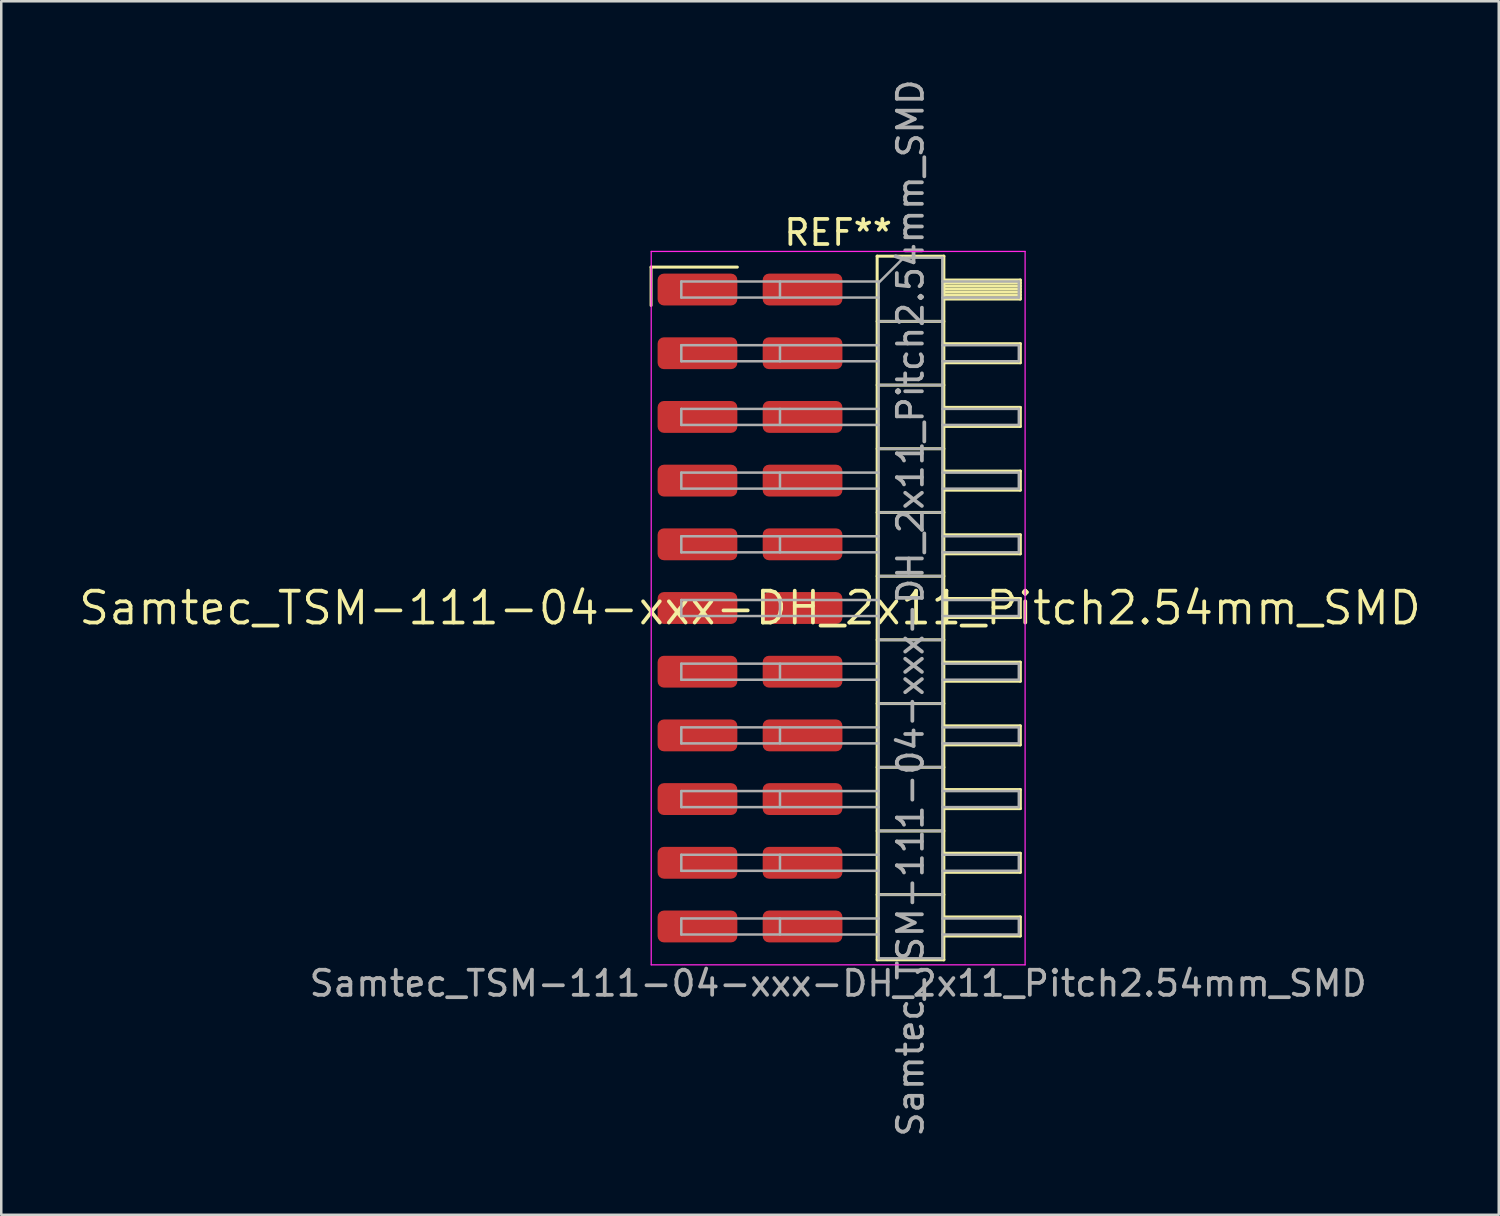
<source format=kicad_pcb>
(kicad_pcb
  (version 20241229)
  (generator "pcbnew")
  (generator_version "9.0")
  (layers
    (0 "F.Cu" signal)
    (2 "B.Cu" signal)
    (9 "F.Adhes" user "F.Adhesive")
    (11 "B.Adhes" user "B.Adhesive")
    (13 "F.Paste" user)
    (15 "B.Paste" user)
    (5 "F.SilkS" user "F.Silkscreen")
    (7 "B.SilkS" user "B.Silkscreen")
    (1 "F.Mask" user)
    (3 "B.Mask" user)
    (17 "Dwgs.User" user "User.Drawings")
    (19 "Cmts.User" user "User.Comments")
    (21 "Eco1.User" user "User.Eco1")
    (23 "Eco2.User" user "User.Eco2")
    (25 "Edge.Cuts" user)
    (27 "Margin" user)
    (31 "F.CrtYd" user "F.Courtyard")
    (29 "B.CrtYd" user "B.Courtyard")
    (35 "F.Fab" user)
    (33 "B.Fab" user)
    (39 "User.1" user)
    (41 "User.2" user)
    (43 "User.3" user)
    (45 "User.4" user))
  (footprint "Samtec_TSM-111-04-xxx-DH_2x11_Pitch2.54mm_SMD"
    (layer "F.Cu")
    (at 26.859 21.196)
    (property "Reference" "Samtec_TSM-111-04-xxx-DH_2x11_Pitch2.54mm_SMD" (at 0 0 0) (layer "F.SilkS") (effects (font (size 1.27 1.27) (thickness 0.15))))
    (attr smd)
    (fp_line (start -3.945 -13.595) (end -0.505 -13.595) (stroke (width 0.12) (type solid)) (layer "F.SilkS"))
    (fp_line (start -3.945 -12.065) (end -3.945 -13.595) (stroke (width 0.12) (type solid)) (layer "F.SilkS"))
    (fp_line (start 5.07 -14.03) (end 7.73 -14.03) (stroke (width 0.12) (type solid)) (layer "F.SilkS"))
    (fp_line (start 5.07 -11.43) (end 7.73 -11.43) (stroke (width 0.12) (type solid)) (layer "F.SilkS"))
    (fp_line (start 5.07 -8.89) (end 7.73 -8.89) (stroke (width 0.12) (type solid)) (layer "F.SilkS"))
    (fp_line (start 5.07 -6.35) (end 7.73 -6.35) (stroke (width 0.12) (type solid)) (layer "F.SilkS"))
    (fp_line (start 5.07 -3.81) (end 7.73 -3.81) (stroke (width 0.12) (type solid)) (layer "F.SilkS"))
    (fp_line (start 5.07 -1.27) (end 7.73 -1.27) (stroke (width 0.12) (type solid)) (layer "F.SilkS"))
    (fp_line (start 5.07 1.27) (end 7.73 1.27) (stroke (width 0.12) (type solid)) (layer "F.SilkS"))
    (fp_line (start 5.07 3.81) (end 7.73 3.81) (stroke (width 0.12) (type solid)) (layer "F.SilkS"))
    (fp_line (start 5.07 6.35) (end 7.73 6.35) (stroke (width 0.12) (type solid)) (layer "F.SilkS"))
    (fp_line (start 5.07 8.89) (end 7.73 8.89) (stroke (width 0.12) (type solid)) (layer "F.SilkS"))
    (fp_line (start 5.07 11.43) (end 7.73 11.43) (stroke (width 0.12) (type solid)) (layer "F.SilkS"))
    (fp_line (start 5.07 14.03) (end 5.07 -14.03) (stroke (width 0.12) (type solid)) (layer "F.SilkS"))
    (fp_line (start 7.73 -14.03) (end 7.73 14.03) (stroke (width 0.12) (type solid)) (layer "F.SilkS"))
    (fp_line (start 7.73 -13.08) (end 10.78 -13.08) (stroke (width 0.12) (type solid)) (layer "F.SilkS"))
    (fp_line (start 7.73 -12.96) (end 10.78 -12.96) (stroke (width 0.12) (type solid)) (layer "F.SilkS"))
    (fp_line (start 7.73 -12.84) (end 10.78 -12.84) (stroke (width 0.12) (type solid)) (layer "F.SilkS"))
    (fp_line (start 7.73 -12.72) (end 10.78 -12.72) (stroke (width 0.12) (type solid)) (layer "F.SilkS"))
    (fp_line (start 7.73 -12.6) (end 10.78 -12.6) (stroke (width 0.12) (type solid)) (layer "F.SilkS"))
    (fp_line (start 7.73 -12.48) (end 10.78 -12.48) (stroke (width 0.12) (type solid)) (layer "F.SilkS"))
    (fp_line (start 7.73 -12.36) (end 10.78 -12.36) (stroke (width 0.12) (type solid)) (layer "F.SilkS"))
    (fp_line (start 7.73 -12.32) (end 10.78 -12.32) (stroke (width 0.12) (type solid)) (layer "F.SilkS"))
    (fp_line (start 7.73 -10.54) (end 10.78 -10.54) (stroke (width 0.12) (type solid)) (layer "F.SilkS"))
    (fp_line (start 7.73 -9.78) (end 10.78 -9.78) (stroke (width 0.12) (type solid)) (layer "F.SilkS"))
    (fp_line (start 7.73 -8) (end 10.78 -8) (stroke (width 0.12) (type solid)) (layer "F.SilkS"))
    (fp_line (start 7.73 -7.24) (end 10.78 -7.24) (stroke (width 0.12) (type solid)) (layer "F.SilkS"))
    (fp_line (start 7.73 -5.46) (end 10.78 -5.46) (stroke (width 0.12) (type solid)) (layer "F.SilkS"))
    (fp_line (start 7.73 -4.7) (end 10.78 -4.7) (stroke (width 0.12) (type solid)) (layer "F.SilkS"))
    (fp_line (start 7.73 -2.92) (end 10.78 -2.92) (stroke (width 0.12) (type solid)) (layer "F.SilkS"))
    (fp_line (start 7.73 -2.16) (end 10.78 -2.16) (stroke (width 0.12) (type solid)) (layer "F.SilkS"))
    (fp_line (start 7.73 -0.38) (end 10.78 -0.38) (stroke (width 0.12) (type solid)) (layer "F.SilkS"))
    (fp_line (start 7.73 0.38) (end 10.78 0.38) (stroke (width 0.12) (type solid)) (layer "F.SilkS"))
    (fp_line (start 7.73 2.16) (end 10.78 2.16) (stroke (width 0.12) (type solid)) (layer "F.SilkS"))
    (fp_line (start 7.73 2.92) (end 10.78 2.92) (stroke (width 0.12) (type solid)) (layer "F.SilkS"))
    (fp_line (start 7.73 4.7) (end 10.78 4.7) (stroke (width 0.12) (type solid)) (layer "F.SilkS"))
    (fp_line (start 7.73 5.46) (end 10.78 5.46) (stroke (width 0.12) (type solid)) (layer "F.SilkS"))
    (fp_line (start 7.73 7.24) (end 10.78 7.24) (stroke (width 0.12) (type solid)) (layer "F.SilkS"))
    (fp_line (start 7.73 8) (end 10.78 8) (stroke (width 0.12) (type solid)) (layer "F.SilkS"))
    (fp_line (start 7.73 9.78) (end 10.78 9.78) (stroke (width 0.12) (type solid)) (layer "F.SilkS"))
    (fp_line (start 7.73 10.54) (end 10.78 10.54) (stroke (width 0.12) (type solid)) (layer "F.SilkS"))
    (fp_line (start 7.73 12.32) (end 10.78 12.32) (stroke (width 0.12) (type solid)) (layer "F.SilkS"))
    (fp_line (start 7.73 13.08) (end 10.78 13.08) (stroke (width 0.12) (type solid)) (layer "F.SilkS"))
    (fp_line (start 7.73 14.03) (end 5.07 14.03) (stroke (width 0.12) (type solid)) (layer "F.SilkS"))
    (fp_line (start 10.78 -13.08) (end 10.78 -12.32) (stroke (width 0.12) (type solid)) (layer "F.SilkS"))
    (fp_line (start 10.78 -10.54) (end 10.78 -9.78) (stroke (width 0.12) (type solid)) (layer "F.SilkS"))
    (fp_line (start 10.78 -8) (end 10.78 -7.24) (stroke (width 0.12) (type solid)) (layer "F.SilkS"))
    (fp_line (start 10.78 -5.46) (end 10.78 -4.7) (stroke (width 0.12) (type solid)) (layer "F.SilkS"))
    (fp_line (start 10.78 -2.92) (end 10.78 -2.16) (stroke (width 0.12) (type solid)) (layer "F.SilkS"))
    (fp_line (start 10.78 -0.38) (end 10.78 0.38) (stroke (width 0.12) (type solid)) (layer "F.SilkS"))
    (fp_line (start 10.78 2.16) (end 10.78 2.92) (stroke (width 0.12) (type solid)) (layer "F.SilkS"))
    (fp_line (start 10.78 4.7) (end 10.78 5.46) (stroke (width 0.12) (type solid)) (layer "F.SilkS"))
    (fp_line (start 10.78 7.24) (end 10.78 8) (stroke (width 0.12) (type solid)) (layer "F.SilkS"))
    (fp_line (start 10.78 9.78) (end 10.78 10.54) (stroke (width 0.12) (type solid)) (layer "F.SilkS"))
    (fp_line (start 10.78 12.32) (end 10.78 13.08) (stroke (width 0.12) (type solid)) (layer "F.SilkS"))
    (fp_line (start -3.94 -14.22) (end 10.97 -14.22) (stroke (width 0.05) (type solid)) (layer "F.CrtYd"))
    (fp_line (start -3.94 14.23) (end -3.94 -14.22) (stroke (width 0.05) (type solid)) (layer "F.CrtYd"))
    (fp_line (start 10.97 -14.22) (end 10.97 14.23) (stroke (width 0.05) (type solid)) (layer "F.CrtYd"))
    (fp_line (start 10.97 14.23) (end -3.94 14.23) (stroke (width 0.05) (type solid)) (layer "F.CrtYd"))
    (fp_line (start -2.74 -13.02) (end -2.74 -12.38) (stroke (width 0.1) (type solid)) (layer "F.Fab"))
    (fp_line (start -2.74 -13.02) (end 5.13 -13.02) (stroke (width 0.1) (type solid)) (layer "F.Fab"))
    (fp_line (start -2.74 -12.38) (end 5.13 -12.38) (stroke (width 0.1) (type solid)) (layer "F.Fab"))
    (fp_line (start -2.74 -10.48) (end -2.74 -9.84) (stroke (width 0.1) (type solid)) (layer "F.Fab"))
    (fp_line (start -2.74 -10.48) (end 5.13 -10.48) (stroke (width 0.1) (type solid)) (layer "F.Fab"))
    (fp_line (start -2.74 -9.84) (end 5.13 -9.84) (stroke (width 0.1) (type solid)) (layer "F.Fab"))
    (fp_line (start -2.74 -7.94) (end -2.74 -7.3) (stroke (width 0.1) (type solid)) (layer "F.Fab"))
    (fp_line (start -2.74 -7.94) (end 5.13 -7.94) (stroke (width 0.1) (type solid)) (layer "F.Fab"))
    (fp_line (start -2.74 -7.3) (end 5.13 -7.3) (stroke (width 0.1) (type solid)) (layer "F.Fab"))
    (fp_line (start -2.74 -5.4) (end -2.74 -4.76) (stroke (width 0.1) (type solid)) (layer "F.Fab"))
    (fp_line (start -2.74 -5.4) (end 5.13 -5.4) (stroke (width 0.1) (type solid)) (layer "F.Fab"))
    (fp_line (start -2.74 -4.76) (end 5.13 -4.76) (stroke (width 0.1) (type solid)) (layer "F.Fab"))
    (fp_line (start -2.74 -2.86) (end -2.74 -2.22) (stroke (width 0.1) (type solid)) (layer "F.Fab"))
    (fp_line (start -2.74 -2.86) (end 5.13 -2.86) (stroke (width 0.1) (type solid)) (layer "F.Fab"))
    (fp_line (start -2.74 -2.22) (end 5.13 -2.22) (stroke (width 0.1) (type solid)) (layer "F.Fab"))
    (fp_line (start -2.74 -0.32) (end -2.74 0.32) (stroke (width 0.1) (type solid)) (layer "F.Fab"))
    (fp_line (start -2.74 -0.32) (end 5.13 -0.32) (stroke (width 0.1) (type solid)) (layer "F.Fab"))
    (fp_line (start -2.74 0.32) (end 5.13 0.32) (stroke (width 0.1) (type solid)) (layer "F.Fab"))
    (fp_line (start -2.74 2.22) (end -2.74 2.86) (stroke (width 0.1) (type solid)) (layer "F.Fab"))
    (fp_line (start -2.74 2.22) (end 5.13 2.22) (stroke (width 0.1) (type solid)) (layer "F.Fab"))
    (fp_line (start -2.74 2.86) (end 5.13 2.86) (stroke (width 0.1) (type solid)) (layer "F.Fab"))
    (fp_line (start -2.74 4.76) (end -2.74 5.4) (stroke (width 0.1) (type solid)) (layer "F.Fab"))
    (fp_line (start -2.74 4.76) (end 5.13 4.76) (stroke (width 0.1) (type solid)) (layer "F.Fab"))
    (fp_line (start -2.74 5.4) (end 5.13 5.4) (stroke (width 0.1) (type solid)) (layer "F.Fab"))
    (fp_line (start -2.74 7.3) (end -2.74 7.94) (stroke (width 0.1) (type solid)) (layer "F.Fab"))
    (fp_line (start -2.74 7.3) (end 5.13 7.3) (stroke (width 0.1) (type solid)) (layer "F.Fab"))
    (fp_line (start -2.74 7.94) (end 5.13 7.94) (stroke (width 0.1) (type solid)) (layer "F.Fab"))
    (fp_line (start -2.74 9.84) (end -2.74 10.48) (stroke (width 0.1) (type solid)) (layer "F.Fab"))
    (fp_line (start -2.74 9.84) (end 5.13 9.84) (stroke (width 0.1) (type solid)) (layer "F.Fab"))
    (fp_line (start -2.74 10.48) (end 5.13 10.48) (stroke (width 0.1) (type solid)) (layer "F.Fab"))
    (fp_line (start -2.74 12.38) (end -2.74 13.02) (stroke (width 0.1) (type solid)) (layer "F.Fab"))
    (fp_line (start -2.74 12.38) (end 5.13 12.38) (stroke (width 0.1) (type solid)) (layer "F.Fab"))
    (fp_line (start -2.74 13.02) (end 5.13 13.02) (stroke (width 0.1) (type solid)) (layer "F.Fab"))
    (fp_line (start 1.195 -13.02) (end 1.195 -12.38) (stroke (width 0.1) (type solid)) (layer "F.Fab"))
    (fp_line (start 1.195 -10.48) (end 1.195 -9.84) (stroke (width 0.1) (type solid)) (layer "F.Fab"))
    (fp_line (start 1.195 -7.94) (end 1.195 -7.3) (stroke (width 0.1) (type solid)) (layer "F.Fab"))
    (fp_line (start 1.195 -5.4) (end 1.195 -4.76) (stroke (width 0.1) (type solid)) (layer "F.Fab"))
    (fp_line (start 1.195 -2.86) (end 1.195 -2.22) (stroke (width 0.1) (type solid)) (layer "F.Fab"))
    (fp_line (start 1.195 -0.32) (end 1.195 0.32) (stroke (width 0.1) (type solid)) (layer "F.Fab"))
    (fp_line (start 1.195 2.22) (end 1.195 2.86) (stroke (width 0.1) (type solid)) (layer "F.Fab"))
    (fp_line (start 1.195 4.76) (end 1.195 5.4) (stroke (width 0.1) (type solid)) (layer "F.Fab"))
    (fp_line (start 1.195 7.3) (end 1.195 7.94) (stroke (width 0.1) (type solid)) (layer "F.Fab"))
    (fp_line (start 1.195 9.84) (end 1.195 10.48) (stroke (width 0.1) (type solid)) (layer "F.Fab"))
    (fp_line (start 1.195 12.38) (end 1.195 13.02) (stroke (width 0.1) (type solid)) (layer "F.Fab"))
    (fp_line (start 5.13 -12.97) (end 6.13 -13.97) (stroke (width 0.1) (type solid)) (layer "F.Fab"))
    (fp_line (start 5.13 -11.43) (end 7.67 -11.43) (stroke (width 0.1) (type solid)) (layer "F.Fab"))
    (fp_line (start 5.13 -8.89) (end 7.67 -8.89) (stroke (width 0.1) (type solid)) (layer "F.Fab"))
    (fp_line (start 5.13 -6.35) (end 7.67 -6.35) (stroke (width 0.1) (type solid)) (layer "F.Fab"))
    (fp_line (start 5.13 -3.81) (end 7.67 -3.81) (stroke (width 0.1) (type solid)) (layer "F.Fab"))
    (fp_line (start 5.13 -1.27) (end 7.67 -1.27) (stroke (width 0.1) (type solid)) (layer "F.Fab"))
    (fp_line (start 5.13 1.27) (end 7.67 1.27) (stroke (width 0.1) (type solid)) (layer "F.Fab"))
    (fp_line (start 5.13 3.81) (end 7.67 3.81) (stroke (width 0.1) (type solid)) (layer "F.Fab"))
    (fp_line (start 5.13 6.35) (end 7.67 6.35) (stroke (width 0.1) (type solid)) (layer "F.Fab"))
    (fp_line (start 5.13 8.89) (end 7.67 8.89) (stroke (width 0.1) (type solid)) (layer "F.Fab"))
    (fp_line (start 5.13 11.43) (end 7.67 11.43) (stroke (width 0.1) (type solid)) (layer "F.Fab"))
    (fp_line (start 5.13 13.97) (end 5.13 -12.97) (stroke (width 0.1) (type solid)) (layer "F.Fab"))
    (fp_line (start 6.13 -13.97) (end 7.67 -13.97) (stroke (width 0.1) (type solid)) (layer "F.Fab"))
    (fp_line (start 7.67 -13.97) (end 7.67 13.97) (stroke (width 0.1) (type solid)) (layer "F.Fab"))
    (fp_line (start 7.67 -13.02) (end 10.72 -13.02) (stroke (width 0.1) (type solid)) (layer "F.Fab"))
    (fp_line (start 7.67 -12.38) (end 10.72 -12.38) (stroke (width 0.1) (type solid)) (layer "F.Fab"))
    (fp_line (start 7.67 -10.48) (end 10.72 -10.48) (stroke (width 0.1) (type solid)) (layer "F.Fab"))
    (fp_line (start 7.67 -9.84) (end 10.72 -9.84) (stroke (width 0.1) (type solid)) (layer "F.Fab"))
    (fp_line (start 7.67 -7.94) (end 10.72 -7.94) (stroke (width 0.1) (type solid)) (layer "F.Fab"))
    (fp_line (start 7.67 -7.3) (end 10.72 -7.3) (stroke (width 0.1) (type solid)) (layer "F.Fab"))
    (fp_line (start 7.67 -5.4) (end 10.72 -5.4) (stroke (width 0.1) (type solid)) (layer "F.Fab"))
    (fp_line (start 7.67 -4.76) (end 10.72 -4.76) (stroke (width 0.1) (type solid)) (layer "F.Fab"))
    (fp_line (start 7.67 -2.86) (end 10.72 -2.86) (stroke (width 0.1) (type solid)) (layer "F.Fab"))
    (fp_line (start 7.67 -2.22) (end 10.72 -2.22) (stroke (width 0.1) (type solid)) (layer "F.Fab"))
    (fp_line (start 7.67 -0.32) (end 10.72 -0.32) (stroke (width 0.1) (type solid)) (layer "F.Fab"))
    (fp_line (start 7.67 0.32) (end 10.72 0.32) (stroke (width 0.1) (type solid)) (layer "F.Fab"))
    (fp_line (start 7.67 2.22) (end 10.72 2.22) (stroke (width 0.1) (type solid)) (layer "F.Fab"))
    (fp_line (start 7.67 2.86) (end 10.72 2.86) (stroke (width 0.1) (type solid)) (layer "F.Fab"))
    (fp_line (start 7.67 4.76) (end 10.72 4.76) (stroke (width 0.1) (type solid)) (layer "F.Fab"))
    (fp_line (start 7.67 5.4) (end 10.72 5.4) (stroke (width 0.1) (type solid)) (layer "F.Fab"))
    (fp_line (start 7.67 7.3) (end 10.72 7.3) (stroke (width 0.1) (type solid)) (layer "F.Fab"))
    (fp_line (start 7.67 7.94) (end 10.72 7.94) (stroke (width 0.1) (type solid)) (layer "F.Fab"))
    (fp_line (start 7.67 9.84) (end 10.72 9.84) (stroke (width 0.1) (type solid)) (layer "F.Fab"))
    (fp_line (start 7.67 10.48) (end 10.72 10.48) (stroke (width 0.1) (type solid)) (layer "F.Fab"))
    (fp_line (start 7.67 12.38) (end 10.72 12.38) (stroke (width 0.1) (type solid)) (layer "F.Fab"))
    (fp_line (start 7.67 13.02) (end 10.72 13.02) (stroke (width 0.1) (type solid)) (layer "F.Fab"))
    (fp_line (start 7.67 13.97) (end 5.13 13.97) (stroke (width 0.1) (type solid)) (layer "F.Fab"))
    (fp_line (start 10.72 -13.02) (end 10.72 -12.38) (stroke (width 0.1) (type solid)) (layer "F.Fab"))
    (fp_line (start 10.72 -10.48) (end 10.72 -9.84) (stroke (width 0.1) (type solid)) (layer "F.Fab"))
    (fp_line (start 10.72 -7.94) (end 10.72 -7.3) (stroke (width 0.1) (type solid)) (layer "F.Fab"))
    (fp_line (start 10.72 -5.4) (end 10.72 -4.76) (stroke (width 0.1) (type solid)) (layer "F.Fab"))
    (fp_line (start 10.72 -2.86) (end 10.72 -2.22) (stroke (width 0.1) (type solid)) (layer "F.Fab"))
    (fp_line (start 10.72 -0.32) (end 10.72 0.32) (stroke (width 0.1) (type solid)) (layer "F.Fab"))
    (fp_line (start 10.72 2.22) (end 10.72 2.86) (stroke (width 0.1) (type solid)) (layer "F.Fab"))
    (fp_line (start 10.72 4.76) (end 10.72 5.4) (stroke (width 0.1) (type solid)) (layer "F.Fab"))
    (fp_line (start 10.72 7.3) (end 10.72 7.94) (stroke (width 0.1) (type solid)) (layer "F.Fab"))
    (fp_line (start 10.72 9.84) (end 10.72 10.48) (stroke (width 0.1) (type solid)) (layer "F.Fab"))
    (fp_line (start 10.72 12.38) (end 10.72 13.02) (stroke (width 0.1) (type solid)) (layer "F.Fab"))
    (fp_text user "REF**" (at 3.515 -14.97 0) (layer "F.SilkS") (effects (font (size 1 1) (thickness 0.15))))
    (fp_text user "${REFERENCE}" (at 6.4 0 90) (layer "F.Fab") (effects (font (size 1 1) (thickness 0.15))))
    (fp_text user "Samtec_TSM-111-04-xxx-DH_2x11_Pitch2.54mm_SMD" (at 3.515 14.97 0) (layer "F.Fab") (effects (font (size 1 1) (thickness 0.15))))
    (pad "1" smd roundrect (at -2.095 -12.7) (size 3.18 1.27) (layers "F.Cu" "F.Mask" "F.Paste") (roundrect_rratio 0.197))
    (pad "2" smd roundrect (at 2.095 -12.7) (size 3.18 1.27) (layers "F.Cu" "F.Mask" "F.Paste") (roundrect_rratio 0.197))
    (pad "3" smd roundrect (at -2.095 -10.16) (size 3.18 1.27) (layers "F.Cu" "F.Mask" "F.Paste") (roundrect_rratio 0.197))
    (pad "4" smd roundrect (at 2.095 -10.16) (size 3.18 1.27) (layers "F.Cu" "F.Mask" "F.Paste") (roundrect_rratio 0.197))
    (pad "5" smd roundrect (at -2.095 -7.62) (size 3.18 1.27) (layers "F.Cu" "F.Mask" "F.Paste") (roundrect_rratio 0.197))
    (pad "6" smd roundrect (at 2.095 -7.62) (size 3.18 1.27) (layers "F.Cu" "F.Mask" "F.Paste") (roundrect_rratio 0.197))
    (pad "7" smd roundrect (at -2.095 -5.08) (size 3.18 1.27) (layers "F.Cu" "F.Mask" "F.Paste") (roundrect_rratio 0.197))
    (pad "8" smd roundrect (at 2.095 -5.08) (size 3.18 1.27) (layers "F.Cu" "F.Mask" "F.Paste") (roundrect_rratio 0.197))
    (pad "9" smd roundrect (at -2.095 -2.54) (size 3.18 1.27) (layers "F.Cu" "F.Mask" "F.Paste") (roundrect_rratio 0.197))
    (pad "10" smd roundrect (at 2.095 -2.54) (size 3.18 1.27) (layers "F.Cu" "F.Mask" "F.Paste") (roundrect_rratio 0.197))
    (pad "11" smd roundrect (at -2.095 0) (size 3.18 1.27) (layers "F.Cu" "F.Mask" "F.Paste") (roundrect_rratio 0.197))
    (pad "12" smd roundrect (at 2.095 0) (size 3.18 1.27) (layers "F.Cu" "F.Mask" "F.Paste") (roundrect_rratio 0.197))
    (pad "13" smd roundrect (at -2.095 2.54) (size 3.18 1.27) (layers "F.Cu" "F.Mask" "F.Paste") (roundrect_rratio 0.197))
    (pad "14" smd roundrect (at 2.095 2.54) (size 3.18 1.27) (layers "F.Cu" "F.Mask" "F.Paste") (roundrect_rratio 0.197))
    (pad "15" smd roundrect (at -2.095 5.08) (size 3.18 1.27) (layers "F.Cu" "F.Mask" "F.Paste") (roundrect_rratio 0.197))
    (pad "16" smd roundrect (at 2.095 5.08) (size 3.18 1.27) (layers "F.Cu" "F.Mask" "F.Paste") (roundrect_rratio 0.197))
    (pad "17" smd roundrect (at -2.095 7.62) (size 3.18 1.27) (layers "F.Cu" "F.Mask" "F.Paste") (roundrect_rratio 0.197))
    (pad "18" smd roundrect (at 2.095 7.62) (size 3.18 1.27) (layers "F.Cu" "F.Mask" "F.Paste") (roundrect_rratio 0.197))
    (pad "19" smd roundrect (at -2.095 10.16) (size 3.18 1.27) (layers "F.Cu" "F.Mask" "F.Paste") (roundrect_rratio 0.197))
    (pad "20" smd roundrect (at 2.095 10.16) (size 3.18 1.27) (layers "F.Cu" "F.Mask" "F.Paste") (roundrect_rratio 0.197))
    (pad "21" smd roundrect (at -2.095 12.7) (size 3.18 1.27) (layers "F.Cu" "F.Mask" "F.Paste") (roundrect_rratio 0.197))
    (pad "22" smd roundrect (at 2.095 12.7) (size 3.18 1.27) (layers "F.Cu" "F.Mask" "F.Paste") (roundrect_rratio 0.197)))
  (gr_rect
    (start -3 -3)
    (end 56.717 45.393)
    (stroke (width 0.1) (type default))
    (fill no)
    (layer "Edge.Cuts")))
</source>
